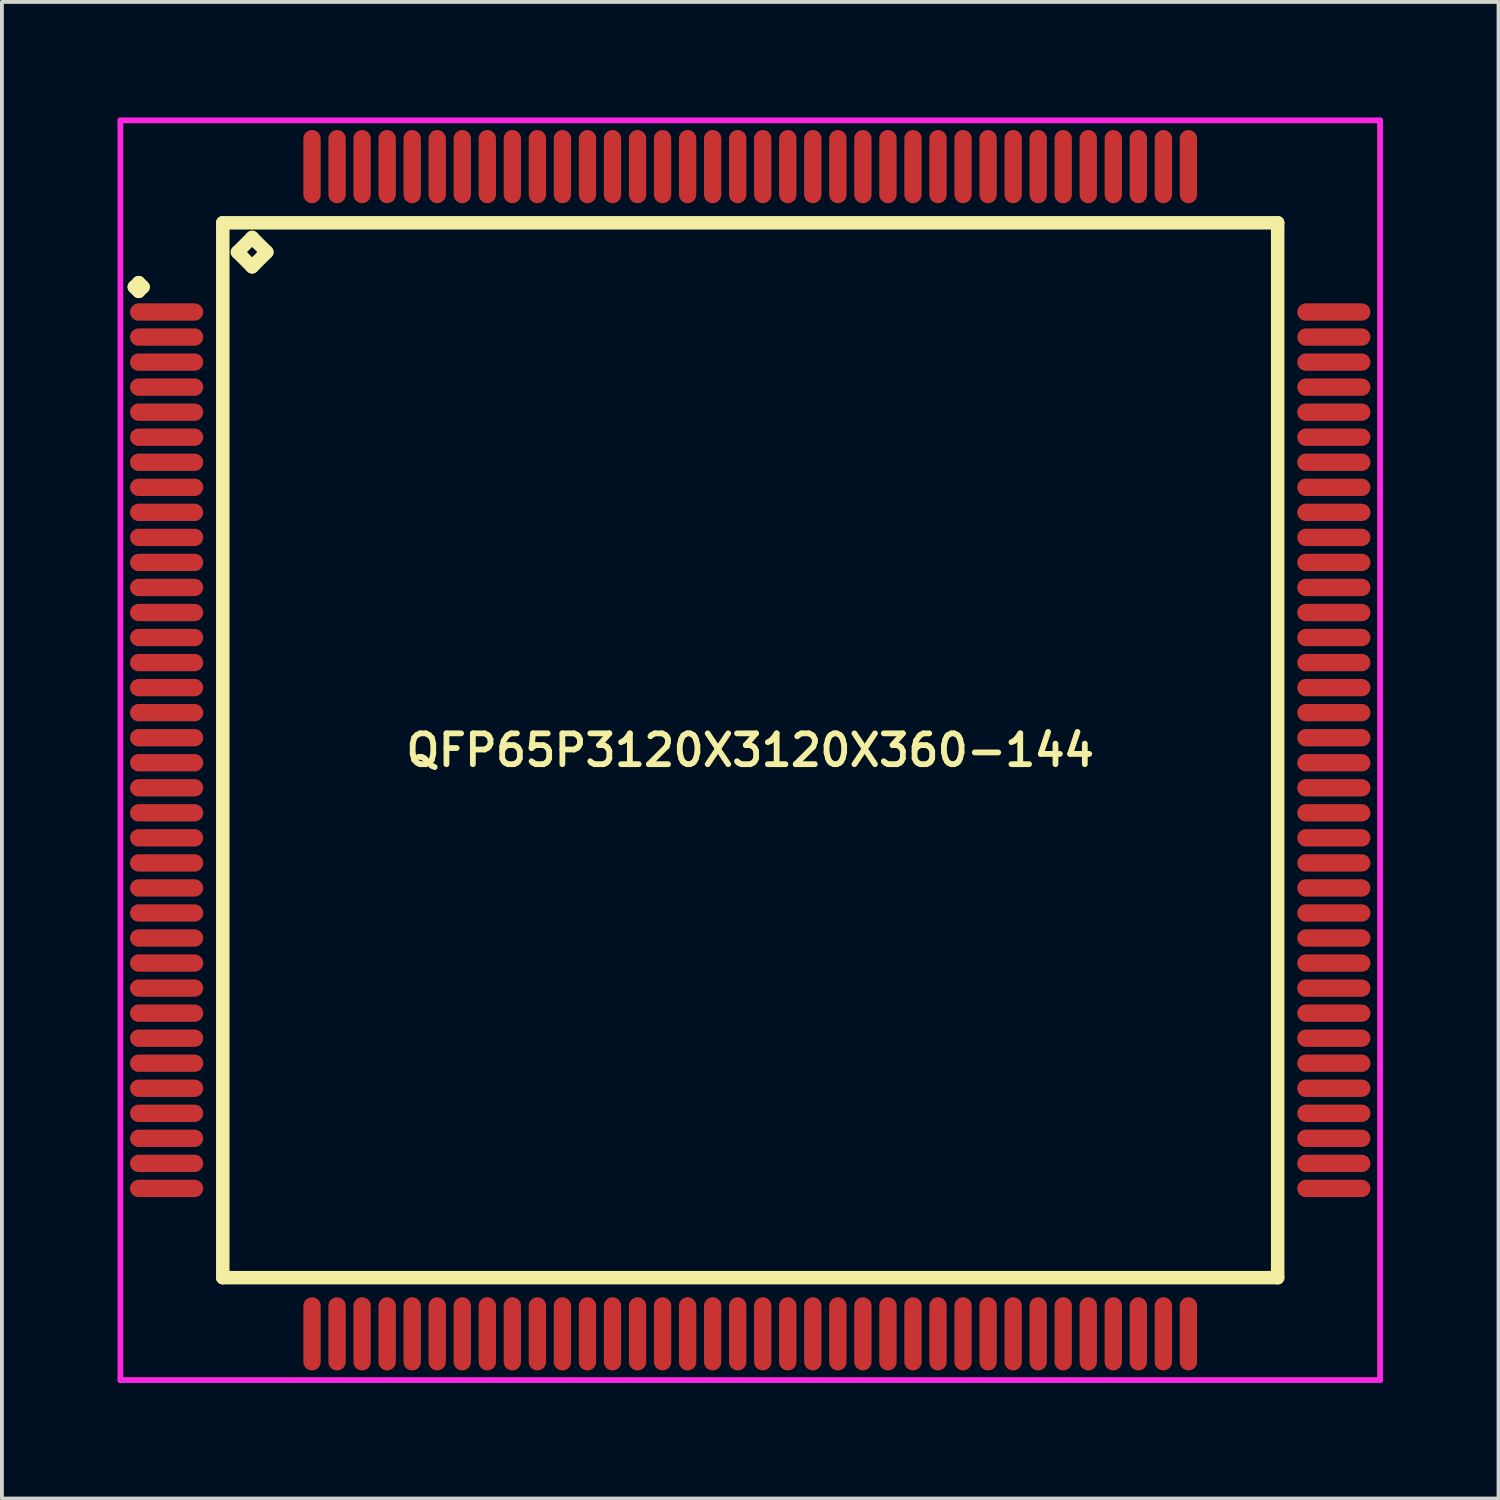
<source format=kicad_pcb>
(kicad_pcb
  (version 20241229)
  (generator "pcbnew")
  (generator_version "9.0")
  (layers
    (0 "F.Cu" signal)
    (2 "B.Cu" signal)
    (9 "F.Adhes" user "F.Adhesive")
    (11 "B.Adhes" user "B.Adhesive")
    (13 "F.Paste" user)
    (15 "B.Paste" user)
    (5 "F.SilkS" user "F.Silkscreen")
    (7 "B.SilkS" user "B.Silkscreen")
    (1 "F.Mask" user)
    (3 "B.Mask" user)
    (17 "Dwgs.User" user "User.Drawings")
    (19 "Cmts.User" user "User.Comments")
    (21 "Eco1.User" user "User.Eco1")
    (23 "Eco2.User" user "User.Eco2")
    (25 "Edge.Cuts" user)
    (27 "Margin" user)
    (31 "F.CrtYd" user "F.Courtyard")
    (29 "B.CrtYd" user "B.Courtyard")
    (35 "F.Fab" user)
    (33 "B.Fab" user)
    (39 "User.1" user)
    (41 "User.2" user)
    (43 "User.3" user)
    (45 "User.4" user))
  (footprint "QFP65P3120X3120X360-144"
    (layer "F.Cu")
    (at 16.425 16.425)
    (property "Reference" "QFP65P3120X3120X360-144" (at 0 0 0) (layer "F.SilkS") (effects (font (size 0.8 0.8) (thickness 0.15))))
    (attr smd)
    (fp_line (start -15.988 -12.025) (end -15.875 -12.137) (stroke (width 0.35) (type solid)) (layer "F.SilkS"))
    (fp_line (start -15.875 -12.137) (end -15.762 -12.025) (stroke (width 0.35) (type solid)) (layer "F.SilkS"))
    (fp_line (start -15.875 -11.912) (end -15.988 -12.025) (stroke (width 0.35) (type solid)) (layer "F.SilkS"))
    (fp_line (start -15.762 -12.025) (end -15.875 -11.912) (stroke (width 0.35) (type solid)) (layer "F.SilkS"))
    (fp_line (start -13.692 -13.692) (end -13.692 13.692) (stroke (width 0.35) (type solid)) (layer "F.SilkS"))
    (fp_line (start -13.692 13.692) (end 13.692 13.692) (stroke (width 0.35) (type solid)) (layer "F.SilkS"))
    (fp_line (start -13.311 -12.93) (end -12.93 -13.311) (stroke (width 0.35) (type solid)) (layer "F.SilkS"))
    (fp_line (start -12.93 -13.311) (end -12.549 -12.93) (stroke (width 0.35) (type solid)) (layer "F.SilkS"))
    (fp_line (start -12.93 -12.549) (end -13.311 -12.93) (stroke (width 0.35) (type solid)) (layer "F.SilkS"))
    (fp_line (start -12.549 -12.93) (end -12.93 -12.549) (stroke (width 0.35) (type solid)) (layer "F.SilkS"))
    (fp_line (start 13.692 -13.692) (end -13.692 -13.692) (stroke (width 0.35) (type solid)) (layer "F.SilkS"))
    (fp_line (start 13.692 13.692) (end 13.692 -13.692) (stroke (width 0.35) (type solid)) (layer "F.SilkS"))
    (fp_line (start -16.35 -16.35) (end 16.35 -16.35) (stroke (width 0.15) (type solid)) (layer "F.CrtYd"))
    (fp_line (start -16.35 16.35) (end -16.35 -16.35) (stroke (width 0.15) (type solid)) (layer "F.CrtYd"))
    (fp_line (start 16.35 -16.35) (end 16.35 16.35) (stroke (width 0.15) (type solid)) (layer "F.CrtYd"))
    (fp_line (start 16.35 16.35) (end -16.35 16.35) (stroke (width 0.15) (type solid)) (layer "F.CrtYd"))
    (pad "1" smd oval (at -15.15 -11.375) (size 1.9 0.45) (layers "F.Cu" "F.Mask" "F.Paste"))
    (pad "2" smd oval (at -15.15 -10.725) (size 1.9 0.45) (layers "F.Cu" "F.Mask" "F.Paste"))
    (pad "3" smd oval (at -15.15 -10.075) (size 1.9 0.45) (layers "F.Cu" "F.Mask" "F.Paste"))
    (pad "4" smd oval (at -15.15 -9.425) (size 1.9 0.45) (layers "F.Cu" "F.Mask" "F.Paste"))
    (pad "5" smd oval (at -15.15 -8.775) (size 1.9 0.45) (layers "F.Cu" "F.Mask" "F.Paste"))
    (pad "6" smd oval (at -15.15 -8.125) (size 1.9 0.45) (layers "F.Cu" "F.Mask" "F.Paste"))
    (pad "7" smd oval (at -15.15 -7.475) (size 1.9 0.45) (layers "F.Cu" "F.Mask" "F.Paste"))
    (pad "8" smd oval (at -15.15 -6.825) (size 1.9 0.45) (layers "F.Cu" "F.Mask" "F.Paste"))
    (pad "9" smd oval (at -15.15 -6.175) (size 1.9 0.45) (layers "F.Cu" "F.Mask" "F.Paste"))
    (pad "10" smd oval (at -15.15 -5.525) (size 1.9 0.45) (layers "F.Cu" "F.Mask" "F.Paste"))
    (pad "11" smd oval (at -15.15 -4.875) (size 1.9 0.45) (layers "F.Cu" "F.Mask" "F.Paste"))
    (pad "12" smd oval (at -15.15 -4.225) (size 1.9 0.45) (layers "F.Cu" "F.Mask" "F.Paste"))
    (pad "13" smd oval (at -15.15 -3.575) (size 1.9 0.45) (layers "F.Cu" "F.Mask" "F.Paste"))
    (pad "14" smd oval (at -15.15 -2.925) (size 1.9 0.45) (layers "F.Cu" "F.Mask" "F.Paste"))
    (pad "15" smd oval (at -15.15 -2.275) (size 1.9 0.45) (layers "F.Cu" "F.Mask" "F.Paste"))
    (pad "16" smd oval (at -15.15 -1.625) (size 1.9 0.45) (layers "F.Cu" "F.Mask" "F.Paste"))
    (pad "17" smd oval (at -15.15 -0.975) (size 1.9 0.45) (layers "F.Cu" "F.Mask" "F.Paste"))
    (pad "18" smd oval (at -15.15 -0.325) (size 1.9 0.45) (layers "F.Cu" "F.Mask" "F.Paste"))
    (pad "19" smd oval (at -15.15 0.325) (size 1.9 0.45) (layers "F.Cu" "F.Mask" "F.Paste"))
    (pad "20" smd oval (at -15.15 0.975) (size 1.9 0.45) (layers "F.Cu" "F.Mask" "F.Paste"))
    (pad "21" smd oval (at -15.15 1.625) (size 1.9 0.45) (layers "F.Cu" "F.Mask" "F.Paste"))
    (pad "22" smd oval (at -15.15 2.275) (size 1.9 0.45) (layers "F.Cu" "F.Mask" "F.Paste"))
    (pad "23" smd oval (at -15.15 2.925) (size 1.9 0.45) (layers "F.Cu" "F.Mask" "F.Paste"))
    (pad "24" smd oval (at -15.15 3.575) (size 1.9 0.45) (layers "F.Cu" "F.Mask" "F.Paste"))
    (pad "25" smd oval (at -15.15 4.225) (size 1.9 0.45) (layers "F.Cu" "F.Mask" "F.Paste"))
    (pad "26" smd oval (at -15.15 4.875) (size 1.9 0.45) (layers "F.Cu" "F.Mask" "F.Paste"))
    (pad "27" smd oval (at -15.15 5.525) (size 1.9 0.45) (layers "F.Cu" "F.Mask" "F.Paste"))
    (pad "28" smd oval (at -15.15 6.175) (size 1.9 0.45) (layers "F.Cu" "F.Mask" "F.Paste"))
    (pad "29" smd oval (at -15.15 6.825) (size 1.9 0.45) (layers "F.Cu" "F.Mask" "F.Paste"))
    (pad "30" smd oval (at -15.15 7.475) (size 1.9 0.45) (layers "F.Cu" "F.Mask" "F.Paste"))
    (pad "31" smd oval (at -15.15 8.125) (size 1.9 0.45) (layers "F.Cu" "F.Mask" "F.Paste"))
    (pad "32" smd oval (at -15.15 8.775) (size 1.9 0.45) (layers "F.Cu" "F.Mask" "F.Paste"))
    (pad "33" smd oval (at -15.15 9.425) (size 1.9 0.45) (layers "F.Cu" "F.Mask" "F.Paste"))
    (pad "34" smd oval (at -15.15 10.075) (size 1.9 0.45) (layers "F.Cu" "F.Mask" "F.Paste"))
    (pad "35" smd oval (at -15.15 10.725) (size 1.9 0.45) (layers "F.Cu" "F.Mask" "F.Paste"))
    (pad "36" smd oval (at -15.15 11.375) (size 1.9 0.45) (layers "F.Cu" "F.Mask" "F.Paste"))
    (pad "37" smd oval (at -11.375 15.15) (size 0.45 1.9) (layers "F.Cu" "F.Mask" "F.Paste"))
    (pad "38" smd oval (at -10.725 15.15) (size 0.45 1.9) (layers "F.Cu" "F.Mask" "F.Paste"))
    (pad "39" smd oval (at -10.075 15.15) (size 0.45 1.9) (layers "F.Cu" "F.Mask" "F.Paste"))
    (pad "40" smd oval (at -9.425 15.15) (size 0.45 1.9) (layers "F.Cu" "F.Mask" "F.Paste"))
    (pad "41" smd oval (at -8.775 15.15) (size 0.45 1.9) (layers "F.Cu" "F.Mask" "F.Paste"))
    (pad "42" smd oval (at -8.125 15.15) (size 0.45 1.9) (layers "F.Cu" "F.Mask" "F.Paste"))
    (pad "43" smd oval (at -7.475 15.15) (size 0.45 1.9) (layers "F.Cu" "F.Mask" "F.Paste"))
    (pad "44" smd oval (at -6.825 15.15) (size 0.45 1.9) (layers "F.Cu" "F.Mask" "F.Paste"))
    (pad "45" smd oval (at -6.175 15.15) (size 0.45 1.9) (layers "F.Cu" "F.Mask" "F.Paste"))
    (pad "46" smd oval (at -5.525 15.15) (size 0.45 1.9) (layers "F.Cu" "F.Mask" "F.Paste"))
    (pad "47" smd oval (at -4.875 15.15) (size 0.45 1.9) (layers "F.Cu" "F.Mask" "F.Paste"))
    (pad "48" smd oval (at -4.225 15.15) (size 0.45 1.9) (layers "F.Cu" "F.Mask" "F.Paste"))
    (pad "49" smd oval (at -3.575 15.15) (size 0.45 1.9) (layers "F.Cu" "F.Mask" "F.Paste"))
    (pad "50" smd oval (at -2.925 15.15) (size 0.45 1.9) (layers "F.Cu" "F.Mask" "F.Paste"))
    (pad "51" smd oval (at -2.275 15.15) (size 0.45 1.9) (layers "F.Cu" "F.Mask" "F.Paste"))
    (pad "52" smd oval (at -1.625 15.15) (size 0.45 1.9) (layers "F.Cu" "F.Mask" "F.Paste"))
    (pad "53" smd oval (at -0.975 15.15) (size 0.45 1.9) (layers "F.Cu" "F.Mask" "F.Paste"))
    (pad "54" smd oval (at -0.325 15.15) (size 0.45 1.9) (layers "F.Cu" "F.Mask" "F.Paste"))
    (pad "55" smd oval (at 0.325 15.15) (size 0.45 1.9) (layers "F.Cu" "F.Mask" "F.Paste"))
    (pad "56" smd oval (at 0.975 15.15) (size 0.45 1.9) (layers "F.Cu" "F.Mask" "F.Paste"))
    (pad "57" smd oval (at 1.625 15.15) (size 0.45 1.9) (layers "F.Cu" "F.Mask" "F.Paste"))
    (pad "58" smd oval (at 2.275 15.15) (size 0.45 1.9) (layers "F.Cu" "F.Mask" "F.Paste"))
    (pad "59" smd oval (at 2.925 15.15) (size 0.45 1.9) (layers "F.Cu" "F.Mask" "F.Paste"))
    (pad "60" smd oval (at 3.575 15.15) (size 0.45 1.9) (layers "F.Cu" "F.Mask" "F.Paste"))
    (pad "61" smd oval (at 4.225 15.15) (size 0.45 1.9) (layers "F.Cu" "F.Mask" "F.Paste"))
    (pad "62" smd oval (at 4.875 15.15) (size 0.45 1.9) (layers "F.Cu" "F.Mask" "F.Paste"))
    (pad "63" smd oval (at 5.525 15.15) (size 0.45 1.9) (layers "F.Cu" "F.Mask" "F.Paste"))
    (pad "64" smd oval (at 6.175 15.15) (size 0.45 1.9) (layers "F.Cu" "F.Mask" "F.Paste"))
    (pad "65" smd oval (at 6.825 15.15) (size 0.45 1.9) (layers "F.Cu" "F.Mask" "F.Paste"))
    (pad "66" smd oval (at 7.475 15.15) (size 0.45 1.9) (layers "F.Cu" "F.Mask" "F.Paste"))
    (pad "67" smd oval (at 8.125 15.15) (size 0.45 1.9) (layers "F.Cu" "F.Mask" "F.Paste"))
    (pad "68" smd oval (at 8.775 15.15) (size 0.45 1.9) (layers "F.Cu" "F.Mask" "F.Paste"))
    (pad "69" smd oval (at 9.425 15.15) (size 0.45 1.9) (layers "F.Cu" "F.Mask" "F.Paste"))
    (pad "70" smd oval (at 10.075 15.15) (size 0.45 1.9) (layers "F.Cu" "F.Mask" "F.Paste"))
    (pad "71" smd oval (at 10.725 15.15) (size 0.45 1.9) (layers "F.Cu" "F.Mask" "F.Paste"))
    (pad "72" smd oval (at 11.375 15.15) (size 0.45 1.9) (layers "F.Cu" "F.Mask" "F.Paste"))
    (pad "73" smd oval (at 15.15 11.375) (size 1.9 0.45) (layers "F.Cu" "F.Mask" "F.Paste"))
    (pad "74" smd oval (at 15.15 10.725) (size 1.9 0.45) (layers "F.Cu" "F.Mask" "F.Paste"))
    (pad "75" smd oval (at 15.15 10.075) (size 1.9 0.45) (layers "F.Cu" "F.Mask" "F.Paste"))
    (pad "76" smd oval (at 15.15 9.425) (size 1.9 0.45) (layers "F.Cu" "F.Mask" "F.Paste"))
    (pad "77" smd oval (at 15.15 8.775) (size 1.9 0.45) (layers "F.Cu" "F.Mask" "F.Paste"))
    (pad "78" smd oval (at 15.15 8.125) (size 1.9 0.45) (layers "F.Cu" "F.Mask" "F.Paste"))
    (pad "79" smd oval (at 15.15 7.475) (size 1.9 0.45) (layers "F.Cu" "F.Mask" "F.Paste"))
    (pad "80" smd oval (at 15.15 6.825) (size 1.9 0.45) (layers "F.Cu" "F.Mask" "F.Paste"))
    (pad "81" smd oval (at 15.15 6.175) (size 1.9 0.45) (layers "F.Cu" "F.Mask" "F.Paste"))
    (pad "82" smd oval (at 15.15 5.525) (size 1.9 0.45) (layers "F.Cu" "F.Mask" "F.Paste"))
    (pad "83" smd oval (at 15.15 4.875) (size 1.9 0.45) (layers "F.Cu" "F.Mask" "F.Paste"))
    (pad "84" smd oval (at 15.15 4.225) (size 1.9 0.45) (layers "F.Cu" "F.Mask" "F.Paste"))
    (pad "85" smd oval (at 15.15 3.575) (size 1.9 0.45) (layers "F.Cu" "F.Mask" "F.Paste"))
    (pad "86" smd oval (at 15.15 2.925) (size 1.9 0.45) (layers "F.Cu" "F.Mask" "F.Paste"))
    (pad "87" smd oval (at 15.15 2.275) (size 1.9 0.45) (layers "F.Cu" "F.Mask" "F.Paste"))
    (pad "88" smd oval (at 15.15 1.625) (size 1.9 0.45) (layers "F.Cu" "F.Mask" "F.Paste"))
    (pad "89" smd oval (at 15.15 0.975) (size 1.9 0.45) (layers "F.Cu" "F.Mask" "F.Paste"))
    (pad "90" smd oval (at 15.15 0.325) (size 1.9 0.45) (layers "F.Cu" "F.Mask" "F.Paste"))
    (pad "91" smd oval (at 15.15 -0.325) (size 1.9 0.45) (layers "F.Cu" "F.Mask" "F.Paste"))
    (pad "92" smd oval (at 15.15 -0.975) (size 1.9 0.45) (layers "F.Cu" "F.Mask" "F.Paste"))
    (pad "93" smd oval (at 15.15 -1.625) (size 1.9 0.45) (layers "F.Cu" "F.Mask" "F.Paste"))
    (pad "94" smd oval (at 15.15 -2.275) (size 1.9 0.45) (layers "F.Cu" "F.Mask" "F.Paste"))
    (pad "95" smd oval (at 15.15 -2.925) (size 1.9 0.45) (layers "F.Cu" "F.Mask" "F.Paste"))
    (pad "96" smd oval (at 15.15 -3.575) (size 1.9 0.45) (layers "F.Cu" "F.Mask" "F.Paste"))
    (pad "97" smd oval (at 15.15 -4.225) (size 1.9 0.45) (layers "F.Cu" "F.Mask" "F.Paste"))
    (pad "98" smd oval (at 15.15 -4.875) (size 1.9 0.45) (layers "F.Cu" "F.Mask" "F.Paste"))
    (pad "99" smd oval (at 15.15 -5.525) (size 1.9 0.45) (layers "F.Cu" "F.Mask" "F.Paste"))
    (pad "100" smd oval (at 15.15 -6.175) (size 1.9 0.45) (layers "F.Cu" "F.Mask" "F.Paste"))
    (pad "101" smd oval (at 15.15 -6.825) (size 1.9 0.45) (layers "F.Cu" "F.Mask" "F.Paste"))
    (pad "102" smd oval (at 15.15 -7.475) (size 1.9 0.45) (layers "F.Cu" "F.Mask" "F.Paste"))
    (pad "103" smd oval (at 15.15 -8.125) (size 1.9 0.45) (layers "F.Cu" "F.Mask" "F.Paste"))
    (pad "104" smd oval (at 15.15 -8.775) (size 1.9 0.45) (layers "F.Cu" "F.Mask" "F.Paste"))
    (pad "105" smd oval (at 15.15 -9.425) (size 1.9 0.45) (layers "F.Cu" "F.Mask" "F.Paste"))
    (pad "106" smd oval (at 15.15 -10.075) (size 1.9 0.45) (layers "F.Cu" "F.Mask" "F.Paste"))
    (pad "107" smd oval (at 15.15 -10.725) (size 1.9 0.45) (layers "F.Cu" "F.Mask" "F.Paste"))
    (pad "108" smd oval (at 15.15 -11.375) (size 1.9 0.45) (layers "F.Cu" "F.Mask" "F.Paste"))
    (pad "109" smd oval (at 11.375 -15.15) (size 0.45 1.9) (layers "F.Cu" "F.Mask" "F.Paste"))
    (pad "110" smd oval (at 10.725 -15.15) (size 0.45 1.9) (layers "F.Cu" "F.Mask" "F.Paste"))
    (pad "111" smd oval (at 10.075 -15.15) (size 0.45 1.9) (layers "F.Cu" "F.Mask" "F.Paste"))
    (pad "112" smd oval (at 9.425 -15.15) (size 0.45 1.9) (layers "F.Cu" "F.Mask" "F.Paste"))
    (pad "113" smd oval (at 8.775 -15.15) (size 0.45 1.9) (layers "F.Cu" "F.Mask" "F.Paste"))
    (pad "114" smd oval (at 8.125 -15.15) (size 0.45 1.9) (layers "F.Cu" "F.Mask" "F.Paste"))
    (pad "115" smd oval (at 7.475 -15.15) (size 0.45 1.9) (layers "F.Cu" "F.Mask" "F.Paste"))
    (pad "116" smd oval (at 6.825 -15.15) (size 0.45 1.9) (layers "F.Cu" "F.Mask" "F.Paste"))
    (pad "117" smd oval (at 6.175 -15.15) (size 0.45 1.9) (layers "F.Cu" "F.Mask" "F.Paste"))
    (pad "118" smd oval (at 5.525 -15.15) (size 0.45 1.9) (layers "F.Cu" "F.Mask" "F.Paste"))
    (pad "119" smd oval (at 4.875 -15.15) (size 0.45 1.9) (layers "F.Cu" "F.Mask" "F.Paste"))
    (pad "120" smd oval (at 4.225 -15.15) (size 0.45 1.9) (layers "F.Cu" "F.Mask" "F.Paste"))
    (pad "121" smd oval (at 3.575 -15.15) (size 0.45 1.9) (layers "F.Cu" "F.Mask" "F.Paste"))
    (pad "122" smd oval (at 2.925 -15.15) (size 0.45 1.9) (layers "F.Cu" "F.Mask" "F.Paste"))
    (pad "123" smd oval (at 2.275 -15.15) (size 0.45 1.9) (layers "F.Cu" "F.Mask" "F.Paste"))
    (pad "124" smd oval (at 1.625 -15.15) (size 0.45 1.9) (layers "F.Cu" "F.Mask" "F.Paste"))
    (pad "125" smd oval (at 0.975 -15.15) (size 0.45 1.9) (layers "F.Cu" "F.Mask" "F.Paste"))
    (pad "126" smd oval (at 0.325 -15.15) (size 0.45 1.9) (layers "F.Cu" "F.Mask" "F.Paste"))
    (pad "127" smd oval (at -0.325 -15.15) (size 0.45 1.9) (layers "F.Cu" "F.Mask" "F.Paste"))
    (pad "128" smd oval (at -0.975 -15.15) (size 0.45 1.9) (layers "F.Cu" "F.Mask" "F.Paste"))
    (pad "129" smd oval (at -1.625 -15.15) (size 0.45 1.9) (layers "F.Cu" "F.Mask" "F.Paste"))
    (pad "130" smd oval (at -2.275 -15.15) (size 0.45 1.9) (layers "F.Cu" "F.Mask" "F.Paste"))
    (pad "131" smd oval (at -2.925 -15.15) (size 0.45 1.9) (layers "F.Cu" "F.Mask" "F.Paste"))
    (pad "132" smd oval (at -3.575 -15.15) (size 0.45 1.9) (layers "F.Cu" "F.Mask" "F.Paste"))
    (pad "133" smd oval (at -4.225 -15.15) (size 0.45 1.9) (layers "F.Cu" "F.Mask" "F.Paste"))
    (pad "134" smd oval (at -4.875 -15.15) (size 0.45 1.9) (layers "F.Cu" "F.Mask" "F.Paste"))
    (pad "135" smd oval (at -5.525 -15.15) (size 0.45 1.9) (layers "F.Cu" "F.Mask" "F.Paste"))
    (pad "136" smd oval (at -6.175 -15.15) (size 0.45 1.9) (layers "F.Cu" "F.Mask" "F.Paste"))
    (pad "137" smd oval (at -6.825 -15.15) (size 0.45 1.9) (layers "F.Cu" "F.Mask" "F.Paste"))
    (pad "138" smd oval (at -7.475 -15.15) (size 0.45 1.9) (layers "F.Cu" "F.Mask" "F.Paste"))
    (pad "139" smd oval (at -8.125 -15.15) (size 0.45 1.9) (layers "F.Cu" "F.Mask" "F.Paste"))
    (pad "140" smd oval (at -8.775 -15.15) (size 0.45 1.9) (layers "F.Cu" "F.Mask" "F.Paste"))
    (pad "141" smd oval (at -9.425 -15.15) (size 0.45 1.9) (layers "F.Cu" "F.Mask" "F.Paste"))
    (pad "142" smd oval (at -10.075 -15.15) (size 0.45 1.9) (layers "F.Cu" "F.Mask" "F.Paste"))
    (pad "143" smd oval (at -10.725 -15.15) (size 0.45 1.9) (layers "F.Cu" "F.Mask" "F.Paste"))
    (pad "144" smd oval (at -11.375 -15.15) (size 0.45 1.9) (layers "F.Cu" "F.Mask" "F.Paste")))
  (gr_rect
    (start -3 -3)
    (end 35.85 35.85)
    (stroke (width 0.1) (type default))
    (fill no)
    (layer "Edge.Cuts")))
</source>
